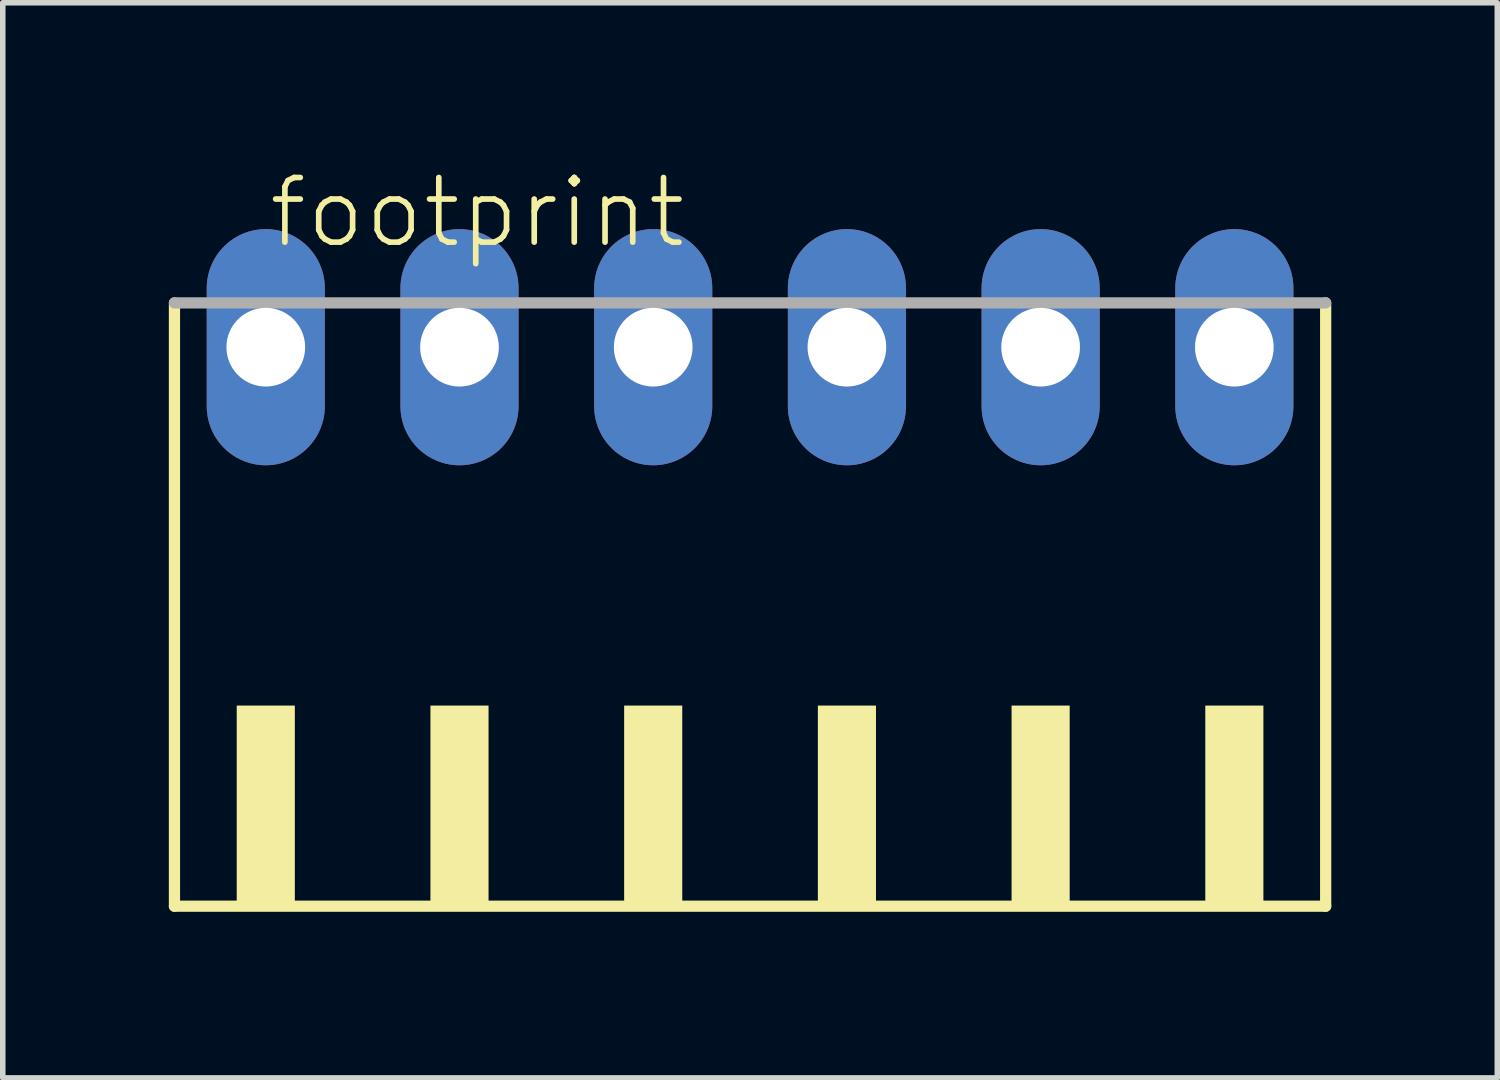
<source format=kicad_pcb>
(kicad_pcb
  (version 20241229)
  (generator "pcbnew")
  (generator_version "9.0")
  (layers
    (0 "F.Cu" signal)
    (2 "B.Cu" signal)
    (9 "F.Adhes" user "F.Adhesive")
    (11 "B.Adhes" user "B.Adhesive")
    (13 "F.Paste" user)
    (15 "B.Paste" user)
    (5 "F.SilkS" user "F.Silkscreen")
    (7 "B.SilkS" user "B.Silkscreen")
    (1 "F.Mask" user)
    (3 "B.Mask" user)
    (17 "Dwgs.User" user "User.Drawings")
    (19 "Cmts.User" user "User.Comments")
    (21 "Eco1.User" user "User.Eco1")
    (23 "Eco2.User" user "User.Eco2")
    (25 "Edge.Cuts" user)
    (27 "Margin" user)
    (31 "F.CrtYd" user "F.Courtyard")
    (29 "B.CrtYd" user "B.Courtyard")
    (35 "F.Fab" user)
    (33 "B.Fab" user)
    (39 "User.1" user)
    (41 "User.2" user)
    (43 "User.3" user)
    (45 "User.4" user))
  (footprint "footprint"
    (layer "F.Cu")
    (at 10.502 8.473)
    (property "Reference" "footprint" (at -8.75 -7 0) (layer "F.SilkS") (effects (font (size 1.168 1.168) (thickness 0.102)) (justify left bottom)))
    (fp_line (start -10.4 -6.05) (end -10.4 4.85) (stroke (width 0.203) (type solid)) (layer "F.SilkS"))
    (fp_line (start -10.4 4.85) (end 10.4 4.85) (stroke (width 0.203) (type solid)) (layer "F.SilkS"))
    (fp_line (start 10.4 4.85) (end 10.4 -6.05) (stroke (width 0.203) (type solid)) (layer "F.SilkS"))
    (fp_poly (pts (xy -9.275 4.9) (xy -8.225 4.9) (xy -8.225 1.225) (xy -9.275 1.225)) (stroke (width 0) (type solid)) (fill yes) (layer "F.SilkS"))
    (fp_poly (pts (xy -5.775 4.9) (xy -4.725 4.9) (xy -4.725 1.225) (xy -5.775 1.225)) (stroke (width 0) (type solid)) (fill yes) (layer "F.SilkS"))
    (fp_poly (pts (xy -2.275 4.9) (xy -1.225 4.9) (xy -1.225 1.225) (xy -2.275 1.225)) (stroke (width 0) (type solid)) (fill yes) (layer "F.SilkS"))
    (fp_poly (pts (xy 1.225 4.9) (xy 2.275 4.9) (xy 2.275 1.225) (xy 1.225 1.225)) (stroke (width 0) (type solid)) (fill yes) (layer "F.SilkS"))
    (fp_poly (pts (xy 4.725 4.9) (xy 5.775 4.9) (xy 5.775 1.225) (xy 4.725 1.225)) (stroke (width 0) (type solid)) (fill yes) (layer "F.SilkS"))
    (fp_poly (pts (xy 8.225 4.9) (xy 9.275 4.9) (xy 9.275 1.225) (xy 8.225 1.225)) (stroke (width 0) (type solid)) (fill yes) (layer "F.SilkS"))
    (fp_line (start 10.4 -6.05) (end -10.4 -6.05) (stroke (width 0.203) (type solid)) (layer "F.Fab"))
    (pad "1" thru_hole oval (at -8.75 -5.25 90) (size 4.267 2.134) (drill 1.422) (layers "*.Cu" "*.Mask"))
    (pad "2" thru_hole oval (at -5.25 -5.25 90) (size 4.267 2.134) (drill 1.422) (layers "*.Cu" "*.Mask"))
    (pad "3" thru_hole oval (at -1.75 -5.25 90) (size 4.267 2.134) (drill 1.422) (layers "*.Cu" "*.Mask"))
    (pad "4" thru_hole oval (at 1.75 -5.25 90) (size 4.267 2.134) (drill 1.422) (layers "*.Cu" "*.Mask"))
    (pad "5" thru_hole oval (at 5.25 -5.25 90) (size 4.267 2.134) (drill 1.422) (layers "*.Cu" "*.Mask"))
    (pad "6" thru_hole oval (at 8.75 -5.25 90) (size 4.267 2.134) (drill 1.422) (layers "*.Cu" "*.Mask")))
  (gr_rect
    (start -3 -3)
    (end 24.003 16.425)
    (stroke (width 0.1) (type default))
    (fill no)
    (layer "Edge.Cuts")))
</source>
